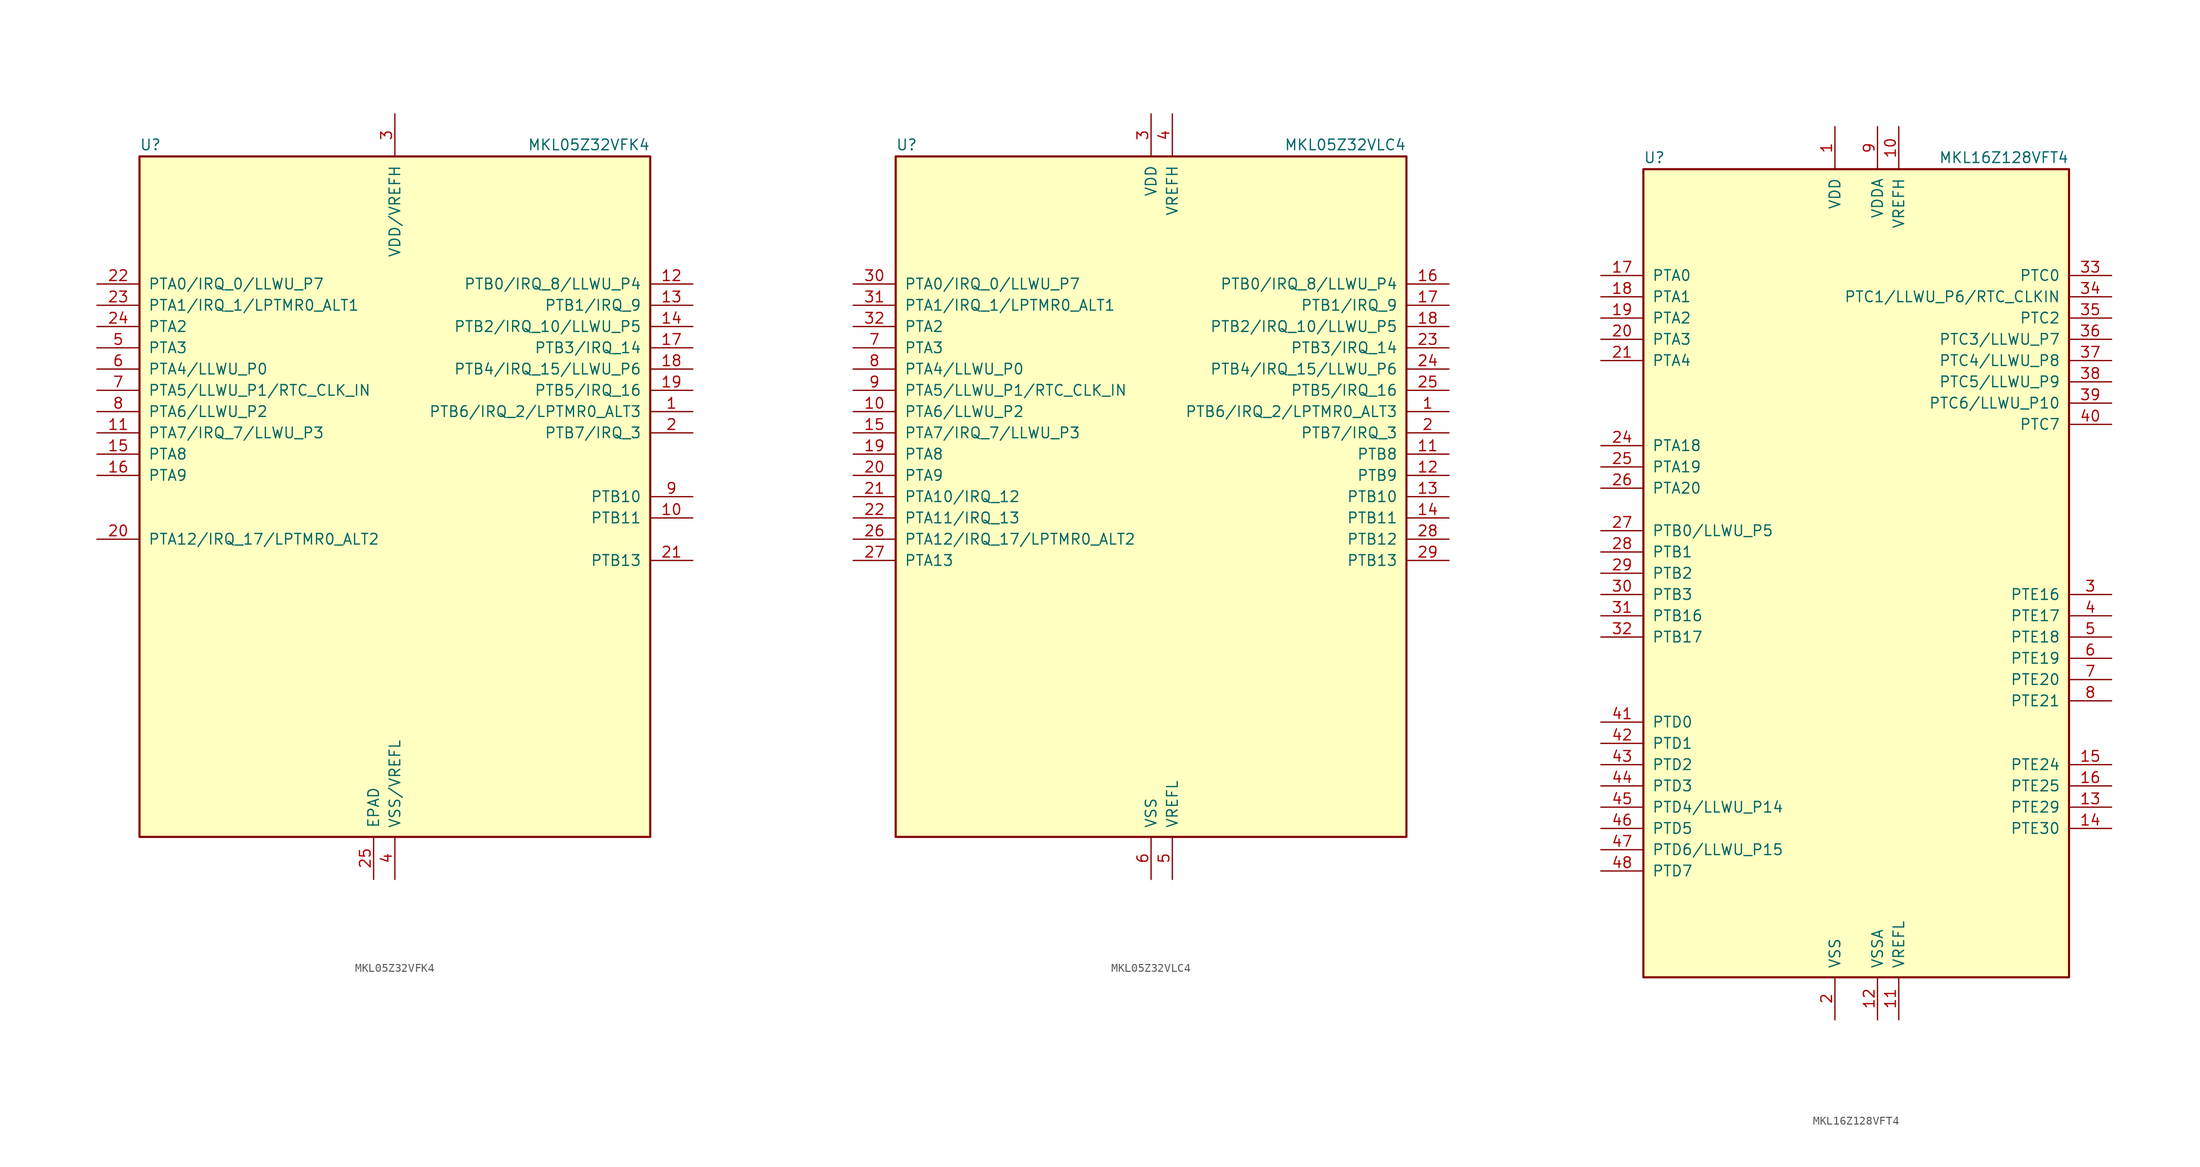
<source format=kicad_sym>
(kicad_symbol_lib
  (version 20231120)
  (generator "kicad_symbol_editor")
  (generator_version "8.0")
  (symbol "MKL05Z32VFK4"
    (pin_names
      (offset 1.016))
    (property "Reference" "U"
      (at -30.48 41.275 0)
      (effects (font (size 1.27 1.27)) (justify left bottom)))
    (property "Value" "MKL05Z32VFK4"
      (at 30.48 41.275 0)
      (effects (font (size 1.27 1.27)) (justify right bottom)))
    (symbol "MKL05Z32VFK4_0_1"
      (rectangle (start -30.48 40.64) (end 30.48 -40.64) (stroke (width 0.254) (type default)) (fill (type background))))
    (symbol "MKL05Z32VFK4_1_1"
      (pin bidirectional line (at 35.56 10.16 180) (length 5.08) (name "PTB6/IRQ_2/LPTMR0_ALT3" (effects (font (size 1.27 1.27)))) (number "1" (effects (font (size 1.27 1.27)))))
      (pin bidirectional line (at 35.56 -2.54 180) (length 5.08) (name "PTB11" (effects (font (size 1.27 1.27)))) (number "10" (effects (font (size 1.27 1.27)))))
      (pin bidirectional line (at -35.56 7.62 0) (length 5.08) (name "PTA7/IRQ_7/LLWU_P3" (effects (font (size 1.27 1.27)))) (number "11" (effects (font (size 1.27 1.27)))))
      (pin bidirectional line (at 35.56 25.4 180) (length 5.08) (name "PTB0/IRQ_8/LLWU_P4" (effects (font (size 1.27 1.27)))) (number "12" (effects (font (size 1.27 1.27)))))
      (pin bidirectional line (at 35.56 22.86 180) (length 5.08) (name "PTB1/IRQ_9" (effects (font (size 1.27 1.27)))) (number "13" (effects (font (size 1.27 1.27)))))
      (pin bidirectional line (at 35.56 20.32 180) (length 5.08) (name "PTB2/IRQ_10/LLWU_P5" (effects (font (size 1.27 1.27)))) (number "14" (effects (font (size 1.27 1.27)))))
      (pin bidirectional line (at -35.56 5.08 0) (length 5.08) (name "PTA8" (effects (font (size 1.27 1.27)))) (number "15" (effects (font (size 1.27 1.27)))))
      (pin bidirectional line (at -35.56 2.54 0) (length 5.08) (name "PTA9" (effects (font (size 1.27 1.27)))) (number "16" (effects (font (size 1.27 1.27)))))
      (pin bidirectional line (at 35.56 17.78 180) (length 5.08) (name "PTB3/IRQ_14" (effects (font (size 1.27 1.27)))) (number "17" (effects (font (size 1.27 1.27)))))
      (pin bidirectional line (at 35.56 15.24 180) (length 5.08) (name "PTB4/IRQ_15/LLWU_P6" (effects (font (size 1.27 1.27)))) (number "18" (effects (font (size 1.27 1.27)))))
      (pin bidirectional line (at 35.56 12.7 180) (length 5.08) (name "PTB5/IRQ_16" (effects (font (size 1.27 1.27)))) (number "19" (effects (font (size 1.27 1.27)))))
      (pin bidirectional line (at 35.56 7.62 180) (length 5.08) (name "PTB7/IRQ_3" (effects (font (size 1.27 1.27)))) (number "2" (effects (font (size 1.27 1.27)))))
      (pin bidirectional line (at -35.56 -5.08 0) (length 5.08) (name "PTA12/IRQ_17/LPTMR0_ALT2" (effects (font (size 1.27 1.27)))) (number "20" (effects (font (size 1.27 1.27)))))
      (pin bidirectional line (at 35.56 -7.62 180) (length 5.08) (name "PTB13" (effects (font (size 1.27 1.27)))) (number "21" (effects (font (size 1.27 1.27)))))
      (pin bidirectional line (at -35.56 25.4 0) (length 5.08) (name "PTA0/IRQ_0/LLWU_P7" (effects (font (size 1.27 1.27)))) (number "22" (effects (font (size 1.27 1.27)))))
      (pin bidirectional line (at -35.56 22.86 0) (length 5.08) (name "PTA1/IRQ_1/LPTMR0_ALT1" (effects (font (size 1.27 1.27)))) (number "23" (effects (font (size 1.27 1.27)))))
      (pin bidirectional line (at -35.56 20.32 0) (length 5.08) (name "PTA2" (effects (font (size 1.27 1.27)))) (number "24" (effects (font (size 1.27 1.27)))))
      (pin power_in line (at -2.54 -45.72 90) (length 5.08) (name "EPAD" (effects (font (size 1.27 1.27)))) (number "25" (effects (font (size 1.27 1.27)))))
      (pin power_in line (at 0 45.72 270) (length 5.08) (name "VDD/VREFH" (effects (font (size 1.27 1.27)))) (number "3" (effects (font (size 1.27 1.27)))))
      (pin power_in line (at 0 -45.72 90) (length 5.08) (name "VSS/VREFL" (effects (font (size 1.27 1.27)))) (number "4" (effects (font (size 1.27 1.27)))))
      (pin bidirectional line (at -35.56 17.78 0) (length 5.08) (name "PTA3" (effects (font (size 1.27 1.27)))) (number "5" (effects (font (size 1.27 1.27)))))
      (pin bidirectional line (at -35.56 15.24 0) (length 5.08) (name "PTA4/LLWU_P0" (effects (font (size 1.27 1.27)))) (number "6" (effects (font (size 1.27 1.27)))))
      (pin bidirectional line (at -35.56 12.7 0) (length 5.08) (name "PTA5/LLWU_P1/RTC_CLK_IN" (effects (font (size 1.27 1.27)))) (number "7" (effects (font (size 1.27 1.27)))))
      (pin bidirectional line (at -35.56 10.16 0) (length 5.08) (name "PTA6/LLWU_P2" (effects (font (size 1.27 1.27)))) (number "8" (effects (font (size 1.27 1.27)))))
      (pin bidirectional line (at 35.56 0 180) (length 5.08) (name "PTB10" (effects (font (size 1.27 1.27)))) (number "9" (effects (font (size 1.27 1.27)))))))
  (symbol "MKL05Z32VLC4"
    (pin_names
      (offset 1.016))
    (property "Reference" "U"
      (at -30.48 41.275 0)
      (effects (font (size 1.27 1.27)) (justify left bottom)))
    (property "Value" "MKL05Z32VLC4"
      (at 30.48 41.275 0)
      (effects (font (size 1.27 1.27)) (justify right bottom)))
    (symbol "MKL05Z32VLC4_0_1"
      (rectangle (start -30.48 40.64) (end 30.48 -40.64) (stroke (width 0.254) (type default)) (fill (type background))))
    (symbol "MKL05Z32VLC4_1_1"
      (pin bidirectional line (at 35.56 10.16 180) (length 5.08) (name "PTB6/IRQ_2/LPTMR0_ALT3" (effects (font (size 1.27 1.27)))) (number "1" (effects (font (size 1.27 1.27)))))
      (pin bidirectional line (at -35.56 10.16 0) (length 5.08) (name "PTA6/LLWU_P2" (effects (font (size 1.27 1.27)))) (number "10" (effects (font (size 1.27 1.27)))))
      (pin bidirectional line (at 35.56 5.08 180) (length 5.08) (name "PTB8" (effects (font (size 1.27 1.27)))) (number "11" (effects (font (size 1.27 1.27)))))
      (pin bidirectional line (at 35.56 2.54 180) (length 5.08) (name "PTB9" (effects (font (size 1.27 1.27)))) (number "12" (effects (font (size 1.27 1.27)))))
      (pin bidirectional line (at 35.56 0 180) (length 5.08) (name "PTB10" (effects (font (size 1.27 1.27)))) (number "13" (effects (font (size 1.27 1.27)))))
      (pin bidirectional line (at 35.56 -2.54 180) (length 5.08) (name "PTB11" (effects (font (size 1.27 1.27)))) (number "14" (effects (font (size 1.27 1.27)))))
      (pin bidirectional line (at -35.56 7.62 0) (length 5.08) (name "PTA7/IRQ_7/LLWU_P3" (effects (font (size 1.27 1.27)))) (number "15" (effects (font (size 1.27 1.27)))))
      (pin bidirectional line (at 35.56 25.4 180) (length 5.08) (name "PTB0/IRQ_8/LLWU_P4" (effects (font (size 1.27 1.27)))) (number "16" (effects (font (size 1.27 1.27)))))
      (pin bidirectional line (at 35.56 22.86 180) (length 5.08) (name "PTB1/IRQ_9" (effects (font (size 1.27 1.27)))) (number "17" (effects (font (size 1.27 1.27)))))
      (pin bidirectional line (at 35.56 20.32 180) (length 5.08) (name "PTB2/IRQ_10/LLWU_P5" (effects (font (size 1.27 1.27)))) (number "18" (effects (font (size 1.27 1.27)))))
      (pin bidirectional line (at -35.56 5.08 0) (length 5.08) (name "PTA8" (effects (font (size 1.27 1.27)))) (number "19" (effects (font (size 1.27 1.27)))))
      (pin bidirectional line (at 35.56 7.62 180) (length 5.08) (name "PTB7/IRQ_3" (effects (font (size 1.27 1.27)))) (number "2" (effects (font (size 1.27 1.27)))))
      (pin bidirectional line (at -35.56 2.54 0) (length 5.08) (name "PTA9" (effects (font (size 1.27 1.27)))) (number "20" (effects (font (size 1.27 1.27)))))
      (pin bidirectional line (at -35.56 0 0) (length 5.08) (name "PTA10/IRQ_12" (effects (font (size 1.27 1.27)))) (number "21" (effects (font (size 1.27 1.27)))))
      (pin bidirectional line (at -35.56 -2.54 0) (length 5.08) (name "PTA11/IRQ_13" (effects (font (size 1.27 1.27)))) (number "22" (effects (font (size 1.27 1.27)))))
      (pin bidirectional line (at 35.56 17.78 180) (length 5.08) (name "PTB3/IRQ_14" (effects (font (size 1.27 1.27)))) (number "23" (effects (font (size 1.27 1.27)))))
      (pin bidirectional line (at 35.56 15.24 180) (length 5.08) (name "PTB4/IRQ_15/LLWU_P6" (effects (font (size 1.27 1.27)))) (number "24" (effects (font (size 1.27 1.27)))))
      (pin bidirectional line (at 35.56 12.7 180) (length 5.08) (name "PTB5/IRQ_16" (effects (font (size 1.27 1.27)))) (number "25" (effects (font (size 1.27 1.27)))))
      (pin bidirectional line (at -35.56 -5.08 0) (length 5.08) (name "PTA12/IRQ_17/LPTMR0_ALT2" (effects (font (size 1.27 1.27)))) (number "26" (effects (font (size 1.27 1.27)))))
      (pin bidirectional line (at -35.56 -7.62 0) (length 5.08) (name "PTA13" (effects (font (size 1.27 1.27)))) (number "27" (effects (font (size 1.27 1.27)))))
      (pin bidirectional line (at 35.56 -5.08 180) (length 5.08) (name "PTB12" (effects (font (size 1.27 1.27)))) (number "28" (effects (font (size 1.27 1.27)))))
      (pin bidirectional line (at 35.56 -7.62 180) (length 5.08) (name "PTB13" (effects (font (size 1.27 1.27)))) (number "29" (effects (font (size 1.27 1.27)))))
      (pin power_in line (at 0 45.72 270) (length 5.08) (name "VDD" (effects (font (size 1.27 1.27)))) (number "3" (effects (font (size 1.27 1.27)))))
      (pin bidirectional line (at -35.56 25.4 0) (length 5.08) (name "PTA0/IRQ_0/LLWU_P7" (effects (font (size 1.27 1.27)))) (number "30" (effects (font (size 1.27 1.27)))))
      (pin bidirectional line (at -35.56 22.86 0) (length 5.08) (name "PTA1/IRQ_1/LPTMR0_ALT1" (effects (font (size 1.27 1.27)))) (number "31" (effects (font (size 1.27 1.27)))))
      (pin bidirectional line (at -35.56 20.32 0) (length 5.08) (name "PTA2" (effects (font (size 1.27 1.27)))) (number "32" (effects (font (size 1.27 1.27)))))
      (pin power_in line (at 2.54 45.72 270) (length 5.08) (name "VREFH" (effects (font (size 1.27 1.27)))) (number "4" (effects (font (size 1.27 1.27)))))
      (pin power_in line (at 2.54 -45.72 90) (length 5.08) (name "VREFL" (effects (font (size 1.27 1.27)))) (number "5" (effects (font (size 1.27 1.27)))))
      (pin power_in line (at 0 -45.72 90) (length 5.08) (name "VSS" (effects (font (size 1.27 1.27)))) (number "6" (effects (font (size 1.27 1.27)))))
      (pin bidirectional line (at -35.56 17.78 0) (length 5.08) (name "PTA3" (effects (font (size 1.27 1.27)))) (number "7" (effects (font (size 1.27 1.27)))))
      (pin bidirectional line (at -35.56 15.24 0) (length 5.08) (name "PTA4/LLWU_P0" (effects (font (size 1.27 1.27)))) (number "8" (effects (font (size 1.27 1.27)))))
      (pin bidirectional line (at -35.56 12.7 0) (length 5.08) (name "PTA5/LLWU_P1/RTC_CLK_IN" (effects (font (size 1.27 1.27)))) (number "9" (effects (font (size 1.27 1.27)))))))
  (symbol "MKL16Z128VFT4"
    (pin_names
      (offset 1.016))
    (property "Reference" "U"
      (at -25.4 48.895 0)
      (effects (font (size 1.27 1.27)) (justify left bottom)))
    (property "Value" "MKL16Z128VFT4"
      (at 25.4 48.895 0)
      (effects (font (size 1.27 1.27)) (justify right bottom)))
    (symbol "MKL16Z128VFT4_0_1"
      (rectangle (start -25.4 48.26) (end 25.4 -48.26) (stroke (width 0.254) (type default)) (fill (type background))))
    (symbol "MKL16Z128VFT4_1_1"
      (pin power_in line (at -2.54 53.34 270) (length 5.08) (name "VDD" (effects (font (size 1.27 1.27)))) (number "1" (effects (font (size 1.27 1.27)))))
      (pin power_in line (at 5.08 53.34 270) (length 5.08) (name "VREFH" (effects (font (size 1.27 1.27)))) (number "10" (effects (font (size 1.27 1.27)))))
      (pin power_in line (at 5.08 -53.34 90) (length 5.08) (name "VREFL" (effects (font (size 1.27 1.27)))) (number "11" (effects (font (size 1.27 1.27)))))
      (pin power_in line (at 2.54 -53.34 90) (length 5.08) (name "VSSA" (effects (font (size 1.27 1.27)))) (number "12" (effects (font (size 1.27 1.27)))))
      (pin bidirectional line (at 30.48 -27.94 180) (length 5.08) (name "PTE29" (effects (font (size 1.27 1.27)))) (number "13" (effects (font (size 1.27 1.27)))))
      (pin bidirectional line (at 30.48 -30.48 180) (length 5.08) (name "PTE30" (effects (font (size 1.27 1.27)))) (number "14" (effects (font (size 1.27 1.27)))))
      (pin bidirectional line (at 30.48 -22.86 180) (length 5.08) (name "PTE24" (effects (font (size 1.27 1.27)))) (number "15" (effects (font (size 1.27 1.27)))))
      (pin bidirectional line (at 30.48 -25.4 180) (length 5.08) (name "PTE25" (effects (font (size 1.27 1.27)))) (number "16" (effects (font (size 1.27 1.27)))))
      (pin bidirectional line (at -30.48 35.56 0) (length 5.08) (name "PTA0" (effects (font (size 1.27 1.27)))) (number "17" (effects (font (size 1.27 1.27)))))
      (pin bidirectional line (at -30.48 33.02 0) (length 5.08) (name "PTA1" (effects (font (size 1.27 1.27)))) (number "18" (effects (font (size 1.27 1.27)))))
      (pin bidirectional line (at -30.48 30.48 0) (length 5.08) (name "PTA2" (effects (font (size 1.27 1.27)))) (number "19" (effects (font (size 1.27 1.27)))))
      (pin power_in line (at -2.54 -53.34 90) (length 5.08) (name "VSS" (effects (font (size 1.27 1.27)))) (number "2" (effects (font (size 1.27 1.27)))))
      (pin bidirectional line (at -30.48 27.94 0) (length 5.08) (name "PTA3" (effects (font (size 1.27 1.27)))) (number "20" (effects (font (size 1.27 1.27)))))
      (pin bidirectional line (at -30.48 25.4 0) (length 5.08) (name "PTA4" (effects (font (size 1.27 1.27)))) (number "21" (effects (font (size 1.27 1.27)))))
      (pin passive line (at -2.54 53.34 270) (length 5.08) hide (name "VDD" (effects (font (size 1.27 1.27)))) (number "22" (effects (font (size 1.27 1.27)))))
      (pin passive line (at -2.54 -53.34 90) (length 5.08) hide (name "VSS" (effects (font (size 1.27 1.27)))) (number "23" (effects (font (size 1.27 1.27)))))
      (pin bidirectional line (at -30.48 15.24 0) (length 5.08) (name "PTA18" (effects (font (size 1.27 1.27)))) (number "24" (effects (font (size 1.27 1.27)))))
      (pin bidirectional line (at -30.48 12.7 0) (length 5.08) (name "PTA19" (effects (font (size 1.27 1.27)))) (number "25" (effects (font (size 1.27 1.27)))))
      (pin bidirectional line (at -30.48 10.16 0) (length 5.08) (name "PTA20" (effects (font (size 1.27 1.27)))) (number "26" (effects (font (size 1.27 1.27)))))
      (pin bidirectional line (at -30.48 5.08 0) (length 5.08) (name "PTB0/LLWU_P5" (effects (font (size 1.27 1.27)))) (number "27" (effects (font (size 1.27 1.27)))))
      (pin bidirectional line (at -30.48 2.54 0) (length 5.08) (name "PTB1" (effects (font (size 1.27 1.27)))) (number "28" (effects (font (size 1.27 1.27)))))
      (pin bidirectional line (at -30.48 0 0) (length 5.08) (name "PTB2" (effects (font (size 1.27 1.27)))) (number "29" (effects (font (size 1.27 1.27)))))
      (pin bidirectional line (at 30.48 -2.54 180) (length 5.08) (name "PTE16" (effects (font (size 1.27 1.27)))) (number "3" (effects (font (size 1.27 1.27)))))
      (pin bidirectional line (at -30.48 -2.54 0) (length 5.08) (name "PTB3" (effects (font (size 1.27 1.27)))) (number "30" (effects (font (size 1.27 1.27)))))
      (pin bidirectional line (at -30.48 -5.08 0) (length 5.08) (name "PTB16" (effects (font (size 1.27 1.27)))) (number "31" (effects (font (size 1.27 1.27)))))
      (pin bidirectional line (at -30.48 -7.62 0) (length 5.08) (name "PTB17" (effects (font (size 1.27 1.27)))) (number "32" (effects (font (size 1.27 1.27)))))
      (pin bidirectional line (at 30.48 35.56 180) (length 5.08) (name "PTC0" (effects (font (size 1.27 1.27)))) (number "33" (effects (font (size 1.27 1.27)))))
      (pin bidirectional line (at 30.48 33.02 180) (length 5.08) (name "PTC1/LLWU_P6/RTC_CLKIN" (effects (font (size 1.27 1.27)))) (number "34" (effects (font (size 1.27 1.27)))))
      (pin bidirectional line (at 30.48 30.48 180) (length 5.08) (name "PTC2" (effects (font (size 1.27 1.27)))) (number "35" (effects (font (size 1.27 1.27)))))
      (pin bidirectional line (at 30.48 27.94 180) (length 5.08) (name "PTC3/LLWU_P7" (effects (font (size 1.27 1.27)))) (number "36" (effects (font (size 1.27 1.27)))))
      (pin bidirectional line (at 30.48 25.4 180) (length 5.08) (name "PTC4/LLWU_P8" (effects (font (size 1.27 1.27)))) (number "37" (effects (font (size 1.27 1.27)))))
      (pin bidirectional line (at 30.48 22.86 180) (length 5.08) (name "PTC5/LLWU_P9" (effects (font (size 1.27 1.27)))) (number "38" (effects (font (size 1.27 1.27)))))
      (pin bidirectional line (at 30.48 20.32 180) (length 5.08) (name "PTC6/LLWU_P10" (effects (font (size 1.27 1.27)))) (number "39" (effects (font (size 1.27 1.27)))))
      (pin bidirectional line (at 30.48 -5.08 180) (length 5.08) (name "PTE17" (effects (font (size 1.27 1.27)))) (number "4" (effects (font (size 1.27 1.27)))))
      (pin bidirectional line (at 30.48 17.78 180) (length 5.08) (name "PTC7" (effects (font (size 1.27 1.27)))) (number "40" (effects (font (size 1.27 1.27)))))
      (pin bidirectional line (at -30.48 -17.78 0) (length 5.08) (name "PTD0" (effects (font (size 1.27 1.27)))) (number "41" (effects (font (size 1.27 1.27)))))
      (pin bidirectional line (at -30.48 -20.32 0) (length 5.08) (name "PTD1" (effects (font (size 1.27 1.27)))) (number "42" (effects (font (size 1.27 1.27)))))
      (pin bidirectional line (at -30.48 -22.86 0) (length 5.08) (name "PTD2" (effects (font (size 1.27 1.27)))) (number "43" (effects (font (size 1.27 1.27)))))
      (pin bidirectional line (at -30.48 -25.4 0) (length 5.08) (name "PTD3" (effects (font (size 1.27 1.27)))) (number "44" (effects (font (size 1.27 1.27)))))
      (pin bidirectional line (at -30.48 -27.94 0) (length 5.08) (name "PTD4/LLWU_P14" (effects (font (size 1.27 1.27)))) (number "45" (effects (font (size 1.27 1.27)))))
      (pin bidirectional line (at -30.48 -30.48 0) (length 5.08) (name "PTD5" (effects (font (size 1.27 1.27)))) (number "46" (effects (font (size 1.27 1.27)))))
      (pin bidirectional line (at -30.48 -33.02 0) (length 5.08) (name "PTD6/LLWU_P15" (effects (font (size 1.27 1.27)))) (number "47" (effects (font (size 1.27 1.27)))))
      (pin bidirectional line (at -30.48 -35.56 0) (length 5.08) (name "PTD7" (effects (font (size 1.27 1.27)))) (number "48" (effects (font (size 1.27 1.27)))))
      (pin bidirectional line (at 30.48 -7.62 180) (length 5.08) (name "PTE18" (effects (font (size 1.27 1.27)))) (number "5" (effects (font (size 1.27 1.27)))))
      (pin bidirectional line (at 30.48 -10.16 180) (length 5.08) (name "PTE19" (effects (font (size 1.27 1.27)))) (number "6" (effects (font (size 1.27 1.27)))))
      (pin bidirectional line (at 30.48 -12.7 180) (length 5.08) (name "PTE20" (effects (font (size 1.27 1.27)))) (number "7" (effects (font (size 1.27 1.27)))))
      (pin bidirectional line (at 30.48 -15.24 180) (length 5.08) (name "PTE21" (effects (font (size 1.27 1.27)))) (number "8" (effects (font (size 1.27 1.27)))))
      (pin power_in line (at 2.54 53.34 270) (length 5.08) (name "VDDA" (effects (font (size 1.27 1.27)))) (number "9" (effects (font (size 1.27 1.27))))))))
</source>
